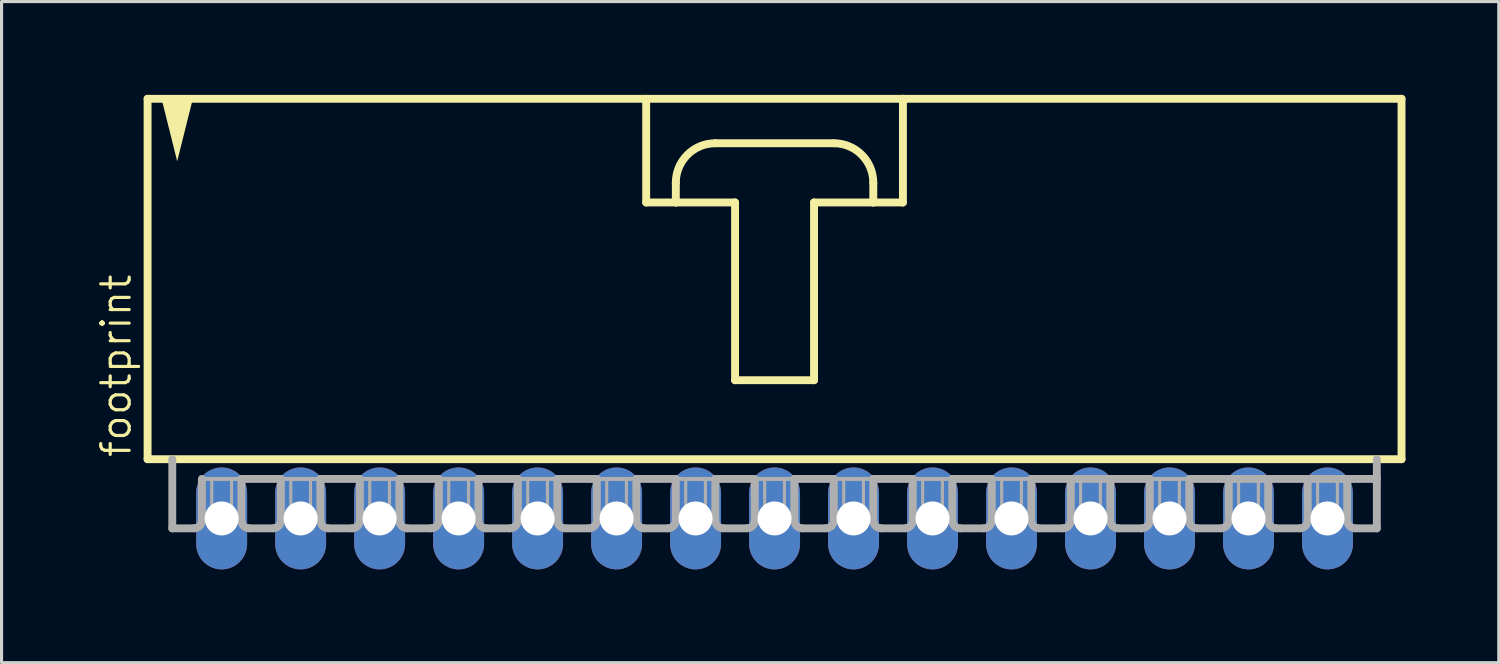
<source format=kicad_pcb>
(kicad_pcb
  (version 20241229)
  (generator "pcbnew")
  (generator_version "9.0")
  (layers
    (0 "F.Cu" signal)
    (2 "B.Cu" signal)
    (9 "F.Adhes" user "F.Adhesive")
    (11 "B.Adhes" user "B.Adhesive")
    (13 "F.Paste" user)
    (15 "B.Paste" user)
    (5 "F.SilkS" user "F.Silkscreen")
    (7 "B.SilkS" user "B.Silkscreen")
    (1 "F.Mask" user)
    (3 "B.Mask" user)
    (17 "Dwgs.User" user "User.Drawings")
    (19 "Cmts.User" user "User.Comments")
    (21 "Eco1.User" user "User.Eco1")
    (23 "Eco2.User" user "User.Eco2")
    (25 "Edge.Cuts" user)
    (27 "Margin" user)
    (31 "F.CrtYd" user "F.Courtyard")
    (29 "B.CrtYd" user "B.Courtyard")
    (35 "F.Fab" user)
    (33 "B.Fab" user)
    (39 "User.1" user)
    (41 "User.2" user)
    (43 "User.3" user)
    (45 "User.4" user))
  (footprint "footprint"
    (layer "F.Cu")
    (at 21.857 6.001)
    (property "Reference" "footprint" (at -20.637 5.715 90) (layer "F.SilkS") (effects (font (size 0.914 0.914) (thickness 0.102)) (justify left bottom)))
    (fp_line (start -20.161 -5.874) (end -20.161 5.715) (stroke (width 0.254) (type solid)) (layer "F.SilkS"))
    (fp_line (start -20.161 5.715) (end 20.161 5.715) (stroke (width 0.254) (type solid)) (layer "F.SilkS"))
    (fp_line (start -4.128 -5.874) (end -4.128 -2.54) (stroke (width 0.254) (type solid)) (layer "F.SilkS"))
    (fp_line (start -4.128 -2.54) (end -3.175 -2.54) (stroke (width 0.254) (type solid)) (layer "F.SilkS"))
    (fp_line (start -3.175 -2.54) (end -3.175 -3.175) (stroke (width 0.254) (type solid)) (layer "F.SilkS"))
    (fp_line (start -3.175 -2.54) (end -1.27 -2.54) (stroke (width 0.254) (type solid)) (layer "F.SilkS"))
    (fp_line (start -1.905 -4.445) (end 1.905 -4.445) (stroke (width 0.254) (type solid)) (layer "F.SilkS"))
    (fp_line (start -1.27 -2.54) (end -1.27 3.175) (stroke (width 0.254) (type solid)) (layer "F.SilkS"))
    (fp_line (start -1.27 3.175) (end 1.27 3.175) (stroke (width 0.254) (type solid)) (layer "F.SilkS"))
    (fp_line (start 1.27 -2.54) (end 3.175 -2.54) (stroke (width 0.254) (type solid)) (layer "F.SilkS"))
    (fp_line (start 1.27 3.175) (end 1.27 -2.54) (stroke (width 0.254) (type solid)) (layer "F.SilkS"))
    (fp_line (start 3.175 -3.175) (end 3.175 -2.54) (stroke (width 0.254) (type solid)) (layer "F.SilkS"))
    (fp_line (start 3.175 -2.54) (end 4.128 -2.54) (stroke (width 0.254) (type solid)) (layer "F.SilkS"))
    (fp_line (start 4.128 -5.874) (end -20.161 -5.874) (stroke (width 0.254) (type solid)) (layer "F.SilkS"))
    (fp_line (start 4.128 -2.54) (end 4.128 -5.874) (stroke (width 0.254) (type solid)) (layer "F.SilkS"))
    (fp_line (start 20.161 -5.874) (end 4.128 -5.874) (stroke (width 0.254) (type solid)) (layer "F.SilkS"))
    (fp_line (start 20.161 5.715) (end 20.161 -5.874) (stroke (width 0.254) (type solid)) (layer "F.SilkS"))
    (fp_arc (start -3.175 -3.175) (mid -2.803026 -4.073026) (end -1.905 -4.445) (stroke (width 0.254) (type solid)) (layer "F.SilkS"))
    (fp_arc (start 1.905 -4.445) (mid 2.803026 -4.073026) (end 3.175 -3.175) (stroke (width 0.254) (type solid)) (layer "F.SilkS"))
    (fp_poly (pts (xy -19.209 -3.864) (xy -19.718 -5.899) (xy -18.7 -5.899)) (stroke (width 0) (type solid)) (fill yes) (layer "F.SilkS"))
    (fp_line (start -19.367 5.715) (end -19.367 7.938) (stroke (width 0.254) (type solid)) (layer "F.Fab"))
    (fp_line (start -18.669 7.938) (end -19.367 7.938) (stroke (width 0.254) (type solid)) (layer "F.Fab"))
    (fp_line (start -18.415 6.35) (end -18.415 7.684) (stroke (width 0.254) (type solid)) (layer "F.Fab"))
    (fp_line (start -18.415 6.35) (end -17.145 6.35) (stroke (width 0.127) (type solid)) (layer "F.Fab"))
    (fp_line (start -17.145 6.35) (end -17.145 7.684) (stroke (width 0.254) (type solid)) (layer "F.Fab"))
    (fp_line (start -17.145 6.35) (end -15.875 6.35) (stroke (width 0.254) (type solid)) (layer "F.Fab"))
    (fp_line (start -16.129 7.938) (end -16.891 7.938) (stroke (width 0.254) (type solid)) (layer "F.Fab"))
    (fp_line (start -15.875 6.35) (end -15.875 7.684) (stroke (width 0.254) (type solid)) (layer "F.Fab"))
    (fp_line (start -15.875 6.35) (end -14.605 6.35) (stroke (width 0.127) (type solid)) (layer "F.Fab"))
    (fp_line (start -14.605 6.35) (end -14.605 7.684) (stroke (width 0.254) (type solid)) (layer "F.Fab"))
    (fp_line (start -14.605 6.35) (end -13.335 6.35) (stroke (width 0.254) (type solid)) (layer "F.Fab"))
    (fp_line (start -13.589 7.938) (end -14.351 7.938) (stroke (width 0.254) (type solid)) (layer "F.Fab"))
    (fp_line (start -13.335 6.35) (end -13.335 7.684) (stroke (width 0.254) (type solid)) (layer "F.Fab"))
    (fp_line (start -13.335 6.35) (end -12.065 6.35) (stroke (width 0.127) (type solid)) (layer "F.Fab"))
    (fp_line (start -12.065 6.35) (end -12.065 7.684) (stroke (width 0.254) (type solid)) (layer "F.Fab"))
    (fp_line (start -12.065 6.35) (end -10.795 6.35) (stroke (width 0.254) (type solid)) (layer "F.Fab"))
    (fp_line (start -11.049 7.938) (end -11.811 7.938) (stroke (width 0.254) (type solid)) (layer "F.Fab"))
    (fp_line (start -10.795 6.35) (end -10.795 7.684) (stroke (width 0.254) (type solid)) (layer "F.Fab"))
    (fp_line (start -10.795 6.35) (end -9.525 6.35) (stroke (width 0.127) (type solid)) (layer "F.Fab"))
    (fp_line (start -9.525 6.35) (end -9.525 7.684) (stroke (width 0.254) (type solid)) (layer "F.Fab"))
    (fp_line (start -9.525 6.35) (end -8.255 6.35) (stroke (width 0.254) (type solid)) (layer "F.Fab"))
    (fp_line (start -8.509 7.938) (end -9.271 7.938) (stroke (width 0.254) (type solid)) (layer "F.Fab"))
    (fp_line (start -8.255 6.35) (end -8.255 7.684) (stroke (width 0.254) (type solid)) (layer "F.Fab"))
    (fp_line (start -8.255 6.35) (end -6.985 6.35) (stroke (width 0.127) (type solid)) (layer "F.Fab"))
    (fp_line (start -6.985 6.35) (end -6.985 7.684) (stroke (width 0.254) (type solid)) (layer "F.Fab"))
    (fp_line (start -6.985 6.35) (end -5.715 6.35) (stroke (width 0.254) (type solid)) (layer "F.Fab"))
    (fp_line (start -5.969 7.938) (end -6.731 7.938) (stroke (width 0.254) (type solid)) (layer "F.Fab"))
    (fp_line (start -5.715 6.35) (end -5.715 7.684) (stroke (width 0.254) (type solid)) (layer "F.Fab"))
    (fp_line (start -5.715 6.35) (end -4.445 6.35) (stroke (width 0.127) (type solid)) (layer "F.Fab"))
    (fp_line (start -4.445 6.35) (end -4.445 7.684) (stroke (width 0.254) (type solid)) (layer "F.Fab"))
    (fp_line (start -4.445 6.35) (end -3.175 6.35) (stroke (width 0.254) (type solid)) (layer "F.Fab"))
    (fp_line (start -3.429 7.938) (end -4.191 7.938) (stroke (width 0.254) (type solid)) (layer "F.Fab"))
    (fp_line (start -3.175 6.35) (end -3.175 7.684) (stroke (width 0.254) (type solid)) (layer "F.Fab"))
    (fp_line (start -3.175 6.35) (end -1.905 6.35) (stroke (width 0.127) (type solid)) (layer "F.Fab"))
    (fp_line (start -1.905 6.35) (end -1.905 7.684) (stroke (width 0.254) (type solid)) (layer "F.Fab"))
    (fp_line (start -1.905 6.35) (end -0.635 6.35) (stroke (width 0.254) (type solid)) (layer "F.Fab"))
    (fp_line (start -0.889 7.938) (end -1.651 7.938) (stroke (width 0.254) (type solid)) (layer "F.Fab"))
    (fp_line (start -0.635 6.35) (end -0.635 7.684) (stroke (width 0.254) (type solid)) (layer "F.Fab"))
    (fp_line (start -0.635 6.35) (end 0.635 6.35) (stroke (width 0.127) (type solid)) (layer "F.Fab"))
    (fp_line (start 0.635 6.35) (end 0.635 7.684) (stroke (width 0.254) (type solid)) (layer "F.Fab"))
    (fp_line (start 0.635 6.35) (end 1.905 6.35) (stroke (width 0.254) (type solid)) (layer "F.Fab"))
    (fp_line (start 1.651 7.938) (end 0.889 7.938) (stroke (width 0.254) (type solid)) (layer "F.Fab"))
    (fp_line (start 1.905 6.35) (end 1.905 7.684) (stroke (width 0.254) (type solid)) (layer "F.Fab"))
    (fp_line (start 1.905 6.35) (end 3.175 6.35) (stroke (width 0.127) (type solid)) (layer "F.Fab"))
    (fp_line (start 3.175 6.35) (end 3.175 7.684) (stroke (width 0.254) (type solid)) (layer "F.Fab"))
    (fp_line (start 3.175 6.35) (end 4.445 6.35) (stroke (width 0.254) (type solid)) (layer "F.Fab"))
    (fp_line (start 4.191 7.938) (end 3.429 7.938) (stroke (width 0.254) (type solid)) (layer "F.Fab"))
    (fp_line (start 4.445 6.35) (end 4.445 7.684) (stroke (width 0.254) (type solid)) (layer "F.Fab"))
    (fp_line (start 4.445 6.35) (end 5.715 6.35) (stroke (width 0.127) (type solid)) (layer "F.Fab"))
    (fp_line (start 5.715 6.35) (end 5.715 7.684) (stroke (width 0.254) (type solid)) (layer "F.Fab"))
    (fp_line (start 5.715 6.35) (end 6.985 6.35) (stroke (width 0.254) (type solid)) (layer "F.Fab"))
    (fp_line (start 6.731 7.938) (end 5.969 7.938) (stroke (width 0.254) (type solid)) (layer "F.Fab"))
    (fp_line (start 6.985 6.35) (end 6.985 7.684) (stroke (width 0.254) (type solid)) (layer "F.Fab"))
    (fp_line (start 6.985 6.35) (end 8.255 6.35) (stroke (width 0.127) (type solid)) (layer "F.Fab"))
    (fp_line (start 8.255 6.35) (end 8.255 7.684) (stroke (width 0.254) (type solid)) (layer "F.Fab"))
    (fp_line (start 8.255 6.35) (end 9.525 6.35) (stroke (width 0.254) (type solid)) (layer "F.Fab"))
    (fp_line (start 9.271 7.938) (end 8.509 7.938) (stroke (width 0.254) (type solid)) (layer "F.Fab"))
    (fp_line (start 9.525 6.35) (end 9.525 7.684) (stroke (width 0.254) (type solid)) (layer "F.Fab"))
    (fp_line (start 9.525 6.35) (end 10.795 6.35) (stroke (width 0.254) (type solid)) (layer "F.Fab"))
    (fp_line (start 10.795 6.35) (end 10.795 7.684) (stroke (width 0.254) (type solid)) (layer "F.Fab"))
    (fp_line (start 10.795 6.35) (end 12.065 6.35) (stroke (width 0.254) (type solid)) (layer "F.Fab"))
    (fp_line (start 11.811 7.938) (end 11.049 7.938) (stroke (width 0.254) (type solid)) (layer "F.Fab"))
    (fp_line (start 12.065 6.35) (end 12.065 7.684) (stroke (width 0.254) (type solid)) (layer "F.Fab"))
    (fp_line (start 12.065 6.35) (end 13.335 6.35) (stroke (width 0.127) (type solid)) (layer "F.Fab"))
    (fp_line (start 13.335 6.35) (end 13.335 7.684) (stroke (width 0.254) (type solid)) (layer "F.Fab"))
    (fp_line (start 13.335 6.35) (end 14.605 6.35) (stroke (width 0.254) (type solid)) (layer "F.Fab"))
    (fp_line (start 14.351 7.938) (end 13.589 7.938) (stroke (width 0.254) (type solid)) (layer "F.Fab"))
    (fp_line (start 14.605 6.35) (end 14.605 7.684) (stroke (width 0.254) (type solid)) (layer "F.Fab"))
    (fp_line (start 14.605 6.35) (end 18.415 6.35) (stroke (width 0.254) (type solid)) (layer "F.Fab"))
    (fp_line (start 15.875 6.35) (end 15.875 7.684) (stroke (width 0.254) (type solid)) (layer "F.Fab"))
    (fp_line (start 16.891 7.938) (end 16.129 7.938) (stroke (width 0.254) (type solid)) (layer "F.Fab"))
    (fp_line (start 17.145 6.35) (end 17.145 7.684) (stroke (width 0.254) (type solid)) (layer "F.Fab"))
    (fp_line (start 18.415 6.35) (end 18.415 7.684) (stroke (width 0.254) (type solid)) (layer "F.Fab"))
    (fp_line (start 18.415 6.35) (end 19.367 6.35) (stroke (width 0.254) (type solid)) (layer "F.Fab"))
    (fp_line (start 18.669 7.938) (end 19.367 7.938) (stroke (width 0.254) (type solid)) (layer "F.Fab"))
    (fp_line (start 19.367 6.35) (end 19.367 5.715) (stroke (width 0.254) (type solid)) (layer "F.Fab"))
    (fp_line (start 19.367 7.938) (end 19.367 6.35) (stroke (width 0.254) (type solid)) (layer "F.Fab"))
    (fp_arc (start -18.415 7.6835) (mid -18.489395 7.863105) (end -18.669 7.9375) (stroke (width 0.254) (type solid)) (layer "F.Fab"))
    (fp_arc (start -16.891 7.9375) (mid -17.070605 7.863105) (end -17.145 7.6835) (stroke (width 0.254) (type solid)) (layer "F.Fab"))
    (fp_arc (start -15.875 7.6835) (mid -15.949395 7.863105) (end -16.129 7.9375) (stroke (width 0.254) (type solid)) (layer "F.Fab"))
    (fp_arc (start -14.351 7.9375) (mid -14.530605 7.863105) (end -14.605 7.6835) (stroke (width 0.254) (type solid)) (layer "F.Fab"))
    (fp_arc (start -13.335 7.6835) (mid -13.409395 7.863105) (end -13.589 7.9375) (stroke (width 0.254) (type solid)) (layer "F.Fab"))
    (fp_arc (start -11.811 7.9375) (mid -11.990605 7.863105) (end -12.065 7.6835) (stroke (width 0.254) (type solid)) (layer "F.Fab"))
    (fp_arc (start -10.795 7.6835) (mid -10.869395 7.863105) (end -11.049 7.9375) (stroke (width 0.254) (type solid)) (layer "F.Fab"))
    (fp_arc (start -9.271 7.9375) (mid -9.450605 7.863105) (end -9.525 7.6835) (stroke (width 0.254) (type solid)) (layer "F.Fab"))
    (fp_arc (start -8.255 7.6835) (mid -8.329395 7.863105) (end -8.509 7.9375) (stroke (width 0.254) (type solid)) (layer "F.Fab"))
    (fp_arc (start -6.731 7.9375) (mid -6.910605 7.863105) (end -6.985 7.6835) (stroke (width 0.254) (type solid)) (layer "F.Fab"))
    (fp_arc (start -5.715 7.6835) (mid -5.789395 7.863105) (end -5.969 7.9375) (stroke (width 0.254) (type solid)) (layer "F.Fab"))
    (fp_arc (start -4.191 7.9375) (mid -4.370605 7.863105) (end -4.445 7.6835) (stroke (width 0.254) (type solid)) (layer "F.Fab"))
    (fp_arc (start -3.175 7.6835) (mid -3.249395 7.863105) (end -3.429 7.9375) (stroke (width 0.254) (type solid)) (layer "F.Fab"))
    (fp_arc (start -1.651 7.9375) (mid -1.830605 7.863105) (end -1.905 7.6835) (stroke (width 0.254) (type solid)) (layer "F.Fab"))
    (fp_arc (start -0.635 7.6835) (mid -0.709395 7.863105) (end -0.889 7.9375) (stroke (width 0.254) (type solid)) (layer "F.Fab"))
    (fp_arc (start 0.889 7.9375) (mid 0.709395 7.863105) (end 0.635 7.6835) (stroke (width 0.254) (type solid)) (layer "F.Fab"))
    (fp_arc (start 1.905 7.6835) (mid 1.830605 7.863105) (end 1.651 7.9375) (stroke (width 0.254) (type solid)) (layer "F.Fab"))
    (fp_arc (start 3.429 7.9375) (mid 3.249395 7.863105) (end 3.175 7.6835) (stroke (width 0.254) (type solid)) (layer "F.Fab"))
    (fp_arc (start 4.445 7.6835) (mid 4.370605 7.863105) (end 4.191 7.9375) (stroke (width 0.254) (type solid)) (layer "F.Fab"))
    (fp_arc (start 5.969 7.9375) (mid 5.789395 7.863105) (end 5.715 7.6835) (stroke (width 0.254) (type solid)) (layer "F.Fab"))
    (fp_arc (start 6.985 7.6835) (mid 6.910605 7.863105) (end 6.731 7.9375) (stroke (width 0.254) (type solid)) (layer "F.Fab"))
    (fp_arc (start 8.509 7.9375) (mid 8.329395 7.863105) (end 8.255 7.6835) (stroke (width 0.254) (type solid)) (layer "F.Fab"))
    (fp_arc (start 9.525 7.6835) (mid 9.450605 7.863105) (end 9.271 7.9375) (stroke (width 0.254) (type solid)) (layer "F.Fab"))
    (fp_arc (start 11.049 7.9375) (mid 10.869395 7.863105) (end 10.795 7.6835) (stroke (width 0.254) (type solid)) (layer "F.Fab"))
    (fp_arc (start 12.065 7.6835) (mid 11.990605 7.863105) (end 11.811 7.9375) (stroke (width 0.254) (type solid)) (layer "F.Fab"))
    (fp_arc (start 13.589 7.9375) (mid 13.409395 7.863105) (end 13.335 7.6835) (stroke (width 0.254) (type solid)) (layer "F.Fab"))
    (fp_arc (start 14.605 7.6835) (mid 14.530605 7.863105) (end 14.351 7.9375) (stroke (width 0.254) (type solid)) (layer "F.Fab"))
    (fp_arc (start 16.129 7.9375) (mid 15.949395 7.863105) (end 15.875 7.6835) (stroke (width 0.254) (type solid)) (layer "F.Fab"))
    (fp_arc (start 17.145 7.6835) (mid 17.070605 7.863105) (end 16.891 7.9375) (stroke (width 0.254) (type solid)) (layer "F.Fab"))
    (fp_arc (start 18.669 7.9375) (mid 18.489395 7.863105) (end 18.415 7.6835) (stroke (width 0.254) (type solid)) (layer "F.Fab"))
    (fp_poly (pts (xy -18.098 7.62) (xy -17.462 7.62) (xy -17.462 6.35) (xy -18.098 6.35)) (stroke (width 0.1) (type solid)) (fill no) (layer "F.Fab"))
    (fp_poly (pts (xy -15.557 7.62) (xy -14.922 7.62) (xy -14.922 6.35) (xy -15.557 6.35)) (stroke (width 0.1) (type solid)) (fill no) (layer "F.Fab"))
    (fp_poly (pts (xy -13.018 7.62) (xy -12.383 7.62) (xy -12.383 6.35) (xy -13.018 6.35)) (stroke (width 0.1) (type solid)) (fill no) (layer "F.Fab"))
    (fp_poly (pts (xy -10.477 7.62) (xy -9.842 7.62) (xy -9.842 6.35) (xy -10.477 6.35)) (stroke (width 0.1) (type solid)) (fill no) (layer "F.Fab"))
    (fp_poly (pts (xy -7.938 7.62) (xy -7.303 7.62) (xy -7.303 6.35) (xy -7.938 6.35)) (stroke (width 0.1) (type solid)) (fill no) (layer "F.Fab"))
    (fp_poly (pts (xy -5.397 7.62) (xy -4.763 7.62) (xy -4.763 6.35) (xy -5.397 6.35)) (stroke (width 0.1) (type solid)) (fill no) (layer "F.Fab"))
    (fp_poly (pts (xy -2.857 7.62) (xy -2.223 7.62) (xy -2.223 6.35) (xy -2.857 6.35)) (stroke (width 0.1) (type solid)) (fill no) (layer "F.Fab"))
    (fp_poly (pts (xy -0.318 7.62) (xy 0.318 7.62) (xy 0.318 6.35) (xy -0.318 6.35)) (stroke (width 0.1) (type solid)) (fill no) (layer "F.Fab"))
    (fp_poly (pts (xy 2.223 7.62) (xy 2.857 7.62) (xy 2.857 6.35) (xy 2.223 6.35)) (stroke (width 0.1) (type solid)) (fill no) (layer "F.Fab"))
    (fp_poly (pts (xy 4.763 7.62) (xy 5.397 7.62) (xy 5.397 6.35) (xy 4.763 6.35)) (stroke (width 0.1) (type solid)) (fill no) (layer "F.Fab"))
    (fp_poly (pts (xy 7.303 7.62) (xy 7.938 7.62) (xy 7.938 6.35) (xy 7.303 6.35)) (stroke (width 0.1) (type solid)) (fill no) (layer "F.Fab"))
    (fp_poly (pts (xy 9.842 7.62) (xy 10.477 7.62) (xy 10.477 6.35) (xy 9.842 6.35)) (stroke (width 0.1) (type solid)) (fill no) (layer "F.Fab"))
    (fp_poly (pts (xy 12.383 7.62) (xy 13.018 7.62) (xy 13.018 6.35) (xy 12.383 6.35)) (stroke (width 0.1) (type solid)) (fill no) (layer "F.Fab"))
    (fp_poly (pts (xy 14.922 7.62) (xy 15.557 7.62) (xy 15.557 6.35) (xy 14.922 6.35)) (stroke (width 0.1) (type solid)) (fill no) (layer "F.Fab"))
    (fp_poly (pts (xy 17.462 7.62) (xy 18.098 7.62) (xy 18.098 6.35) (xy 17.462 6.35)) (stroke (width 0.1) (type solid)) (fill no) (layer "F.Fab"))
    (pad "1" thru_hole oval (at -17.78 7.62 90) (size 3.277 1.638) (drill 1.092) (layers "*.Cu" "*.Mask"))
    (pad "2" thru_hole oval (at -15.24 7.62 90) (size 3.277 1.638) (drill 1.092) (layers "*.Cu" "*.Mask"))
    (pad "3" thru_hole oval (at -12.7 7.62 270) (size 3.277 1.638) (drill 1.092) (layers "*.Cu" "*.Mask"))
    (pad "4" thru_hole oval (at -10.16 7.62 270) (size 3.277 1.638) (drill 1.092) (layers "*.Cu" "*.Mask"))
    (pad "5" thru_hole oval (at -7.62 7.62 90) (size 3.277 1.638) (drill 1.092) (layers "*.Cu" "*.Mask"))
    (pad "6" thru_hole oval (at -5.08 7.62 90) (size 3.277 1.638) (drill 1.092) (layers "*.Cu" "*.Mask"))
    (pad "7" thru_hole oval (at -2.54 7.62 90) (size 3.277 1.638) (drill 1.092) (layers "*.Cu" "*.Mask"))
    (pad "8" thru_hole oval (at 0 7.62 90) (size 3.277 1.638) (drill 1.092) (layers "*.Cu" "*.Mask"))
    (pad "9" thru_hole oval (at 2.54 7.62 90) (size 3.277 1.638) (drill 1.092) (layers "*.Cu" "*.Mask"))
    (pad "10" thru_hole oval (at 5.08 7.62 90) (size 3.277 1.638) (drill 1.092) (layers "*.Cu" "*.Mask"))
    (pad "11" thru_hole oval (at 7.62 7.62 90) (size 3.277 1.638) (drill 1.092) (layers "*.Cu" "*.Mask"))
    (pad "12" thru_hole oval (at 10.16 7.62 90) (size 3.277 1.638) (drill 1.092) (layers "*.Cu" "*.Mask"))
    (pad "13" thru_hole oval (at 12.7 7.62 90) (size 3.277 1.638) (drill 1.092) (layers "*.Cu" "*.Mask"))
    (pad "14" thru_hole oval (at 15.24 7.62 90) (size 3.277 1.638) (drill 1.092) (layers "*.Cu" "*.Mask"))
    (pad "15" thru_hole oval (at 17.78 7.62 90) (size 3.277 1.638) (drill 1.092) (layers "*.Cu" "*.Mask")))
  (gr_rect
    (start -3 -3)
    (end 45.145 18.259)
    (stroke (width 0.1) (type default))
    (fill no)
    (layer "Edge.Cuts")))
</source>
